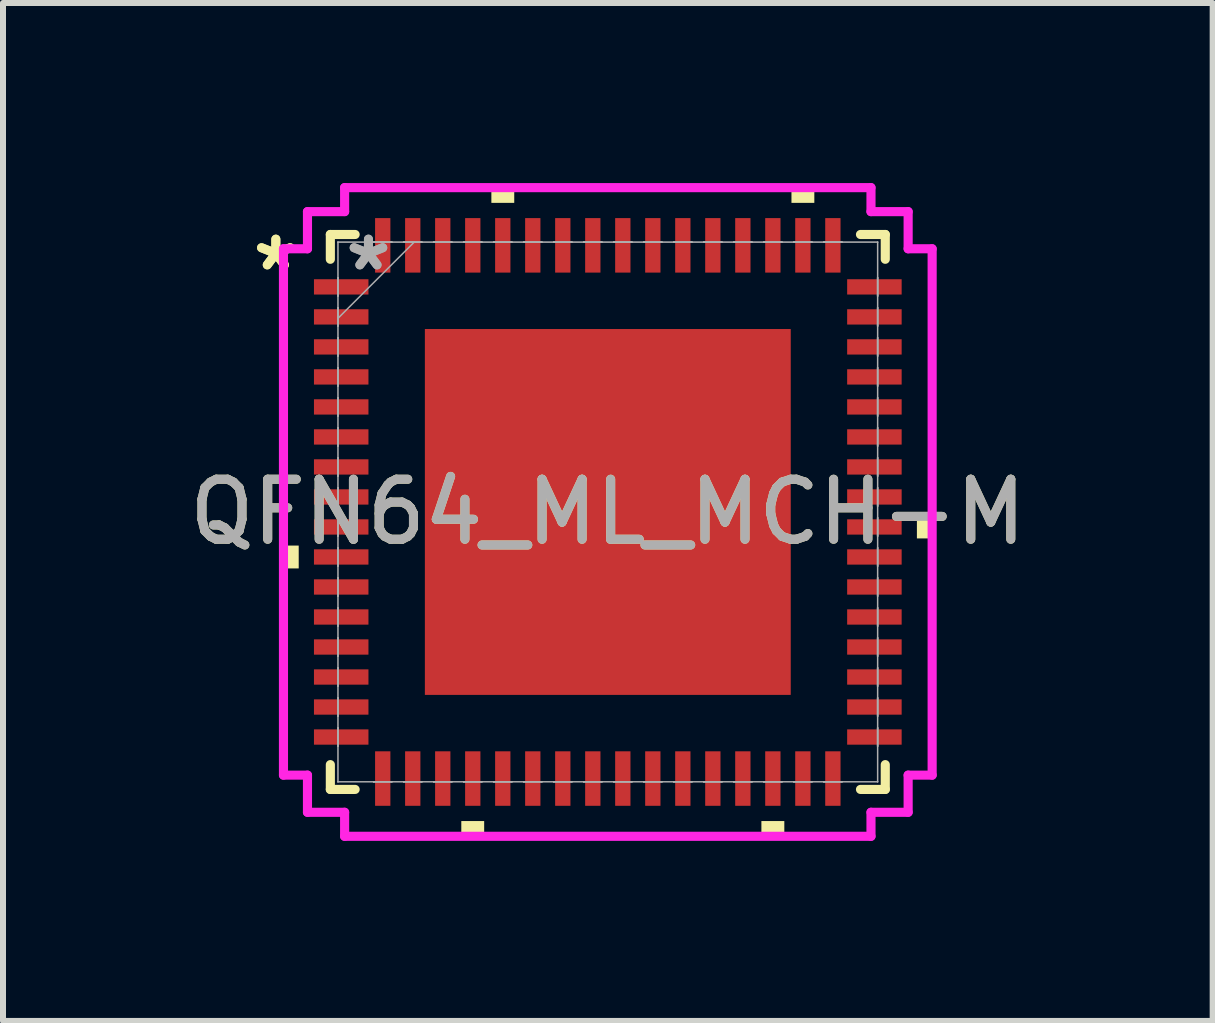
<source format=kicad_pcb>
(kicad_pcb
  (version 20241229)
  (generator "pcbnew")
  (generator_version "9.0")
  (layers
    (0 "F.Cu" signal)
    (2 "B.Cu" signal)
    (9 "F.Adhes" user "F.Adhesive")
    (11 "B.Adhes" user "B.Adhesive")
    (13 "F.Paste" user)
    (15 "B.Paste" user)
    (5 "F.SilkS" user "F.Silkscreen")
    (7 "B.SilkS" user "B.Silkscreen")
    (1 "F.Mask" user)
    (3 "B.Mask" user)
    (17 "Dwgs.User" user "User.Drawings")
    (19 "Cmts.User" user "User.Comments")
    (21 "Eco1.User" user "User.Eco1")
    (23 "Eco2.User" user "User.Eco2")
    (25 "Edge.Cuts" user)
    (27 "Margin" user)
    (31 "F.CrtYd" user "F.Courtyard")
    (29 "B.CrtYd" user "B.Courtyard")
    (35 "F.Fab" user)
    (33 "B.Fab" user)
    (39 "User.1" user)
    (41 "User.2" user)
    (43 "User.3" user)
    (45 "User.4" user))
  (footprint "QFN64_ML_MCH-M"
    (layer "F.Cu")
    (at 7.077 5.48)
    (property "Reference" "QFN64_ML_MCH-M" (at 0 0 0) (unlocked yes) (layer "F.SilkS") (effects (font (size 1 1) (thickness 0.15))))
    (attr smd)
    (fp_line (start -4.623 -4.623) (end -4.623 -4.21) (stroke (width 0.152) (type solid)) (layer "F.SilkS"))
    (fp_line (start -4.623 4.21) (end -4.623 4.623) (stroke (width 0.152) (type solid)) (layer "F.SilkS"))
    (fp_line (start -4.623 4.623) (end -4.21 4.623) (stroke (width 0.152) (type solid)) (layer "F.SilkS"))
    (fp_line (start -4.21 -4.623) (end -4.623 -4.623) (stroke (width 0.152) (type solid)) (layer "F.SilkS"))
    (fp_line (start 4.21 4.623) (end 4.623 4.623) (stroke (width 0.152) (type solid)) (layer "F.SilkS"))
    (fp_line (start 4.623 -4.623) (end 4.21 -4.623) (stroke (width 0.152) (type solid)) (layer "F.SilkS"))
    (fp_line (start 4.623 -4.21) (end 4.623 -4.623) (stroke (width 0.152) (type solid)) (layer "F.SilkS"))
    (fp_line (start 4.623 4.623) (end 4.623 4.21) (stroke (width 0.152) (type solid)) (layer "F.SilkS"))
    (fp_poly (pts (xy -5.404 0.56) (xy -5.404 0.941) (xy -5.15 0.941) (xy -5.15 0.56)) (stroke (width 0) (type solid)) (fill yes) (layer "F.SilkS"))
    (fp_poly (pts (xy -2.441 5.15) (xy -2.441 5.404) (xy -2.06 5.404) (xy -2.06 5.15)) (stroke (width 0) (type solid)) (fill yes) (layer "F.SilkS"))
    (fp_poly (pts (xy -1.94 -5.15) (xy -1.94 -5.404) (xy -1.559 -5.404) (xy -1.559 -5.15)) (stroke (width 0) (type solid)) (fill yes) (layer "F.SilkS"))
    (fp_poly (pts (xy 2.559 5.15) (xy 2.559 5.404) (xy 2.941 5.404) (xy 2.941 5.15)) (stroke (width 0) (type solid)) (fill yes) (layer "F.SilkS"))
    (fp_poly (pts (xy 3.06 -5.15) (xy 3.06 -5.404) (xy 3.441 -5.404) (xy 3.441 -5.15)) (stroke (width 0) (type solid)) (fill yes) (layer "F.SilkS"))
    (fp_poly (pts (xy 5.404 0.059) (xy 5.404 0.441) (xy 5.15 0.441) (xy 5.15 0.059)) (stroke (width 0) (type solid)) (fill yes) (layer "F.SilkS"))
    (fp_poly (pts (xy -2.948 -2.948) (xy -2.948 -1.624) (xy -1.624 -1.624) (xy -1.624 -2.948)) (stroke (width 0) (type solid)) (fill yes) (layer "F.Paste"))
    (fp_poly (pts (xy -2.948 -1.424) (xy -2.948 -0.1) (xy -1.624 -0.1) (xy -1.624 -1.424)) (stroke (width 0) (type solid)) (fill yes) (layer "F.Paste"))
    (fp_poly (pts (xy -2.948 0.1) (xy -2.948 1.424) (xy -1.624 1.424) (xy -1.624 0.1)) (stroke (width 0) (type solid)) (fill yes) (layer "F.Paste"))
    (fp_poly (pts (xy -2.948 1.624) (xy -2.948 2.948) (xy -1.624 2.948) (xy -1.624 1.624)) (stroke (width 0) (type solid)) (fill yes) (layer "F.Paste"))
    (fp_poly (pts (xy -1.424 -2.948) (xy -1.424 -1.624) (xy -0.1 -1.624) (xy -0.1 -2.948)) (stroke (width 0) (type solid)) (fill yes) (layer "F.Paste"))
    (fp_poly (pts (xy -1.424 -1.424) (xy -1.424 -0.1) (xy -0.1 -0.1) (xy -0.1 -1.424)) (stroke (width 0) (type solid)) (fill yes) (layer "F.Paste"))
    (fp_poly (pts (xy -1.424 0.1) (xy -1.424 1.424) (xy -0.1 1.424) (xy -0.1 0.1)) (stroke (width 0) (type solid)) (fill yes) (layer "F.Paste"))
    (fp_poly (pts (xy -1.424 1.624) (xy -1.424 2.948) (xy -0.1 2.948) (xy -0.1 1.624)) (stroke (width 0) (type solid)) (fill yes) (layer "F.Paste"))
    (fp_poly (pts (xy 0.1 -2.948) (xy 0.1 -1.624) (xy 1.424 -1.624) (xy 1.424 -2.948)) (stroke (width 0) (type solid)) (fill yes) (layer "F.Paste"))
    (fp_poly (pts (xy 0.1 -1.424) (xy 0.1 -0.1) (xy 1.424 -0.1) (xy 1.424 -1.424)) (stroke (width 0) (type solid)) (fill yes) (layer "F.Paste"))
    (fp_poly (pts (xy 0.1 0.1) (xy 0.1 1.424) (xy 1.424 1.424) (xy 1.424 0.1)) (stroke (width 0) (type solid)) (fill yes) (layer "F.Paste"))
    (fp_poly (pts (xy 0.1 1.624) (xy 0.1 2.948) (xy 1.424 2.948) (xy 1.424 1.624)) (stroke (width 0) (type solid)) (fill yes) (layer "F.Paste"))
    (fp_poly (pts (xy 1.624 -2.948) (xy 1.624 -1.624) (xy 2.948 -1.624) (xy 2.948 -2.948)) (stroke (width 0) (type solid)) (fill yes) (layer "F.Paste"))
    (fp_poly (pts (xy 1.624 -1.424) (xy 1.624 -0.1) (xy 2.948 -0.1) (xy 2.948 -1.424)) (stroke (width 0) (type solid)) (fill yes) (layer "F.Paste"))
    (fp_poly (pts (xy 1.624 0.1) (xy 1.624 1.424) (xy 2.948 1.424) (xy 2.948 0.1)) (stroke (width 0) (type solid)) (fill yes) (layer "F.Paste"))
    (fp_poly (pts (xy 1.624 1.624) (xy 1.624 2.948) (xy 2.948 2.948) (xy 2.948 1.624)) (stroke (width 0) (type solid)) (fill yes) (layer "F.Paste"))
    (fp_line (start -5.404 -4.385) (end -5.004 -4.385) (stroke (width 0.152) (type solid)) (layer "F.CrtYd"))
    (fp_line (start -5.404 4.385) (end -5.404 -4.385) (stroke (width 0.152) (type solid)) (layer "F.CrtYd"))
    (fp_line (start -5.004 -5.004) (end -4.385 -5.004) (stroke (width 0.152) (type solid)) (layer "F.CrtYd"))
    (fp_line (start -5.004 -4.385) (end -5.004 -5.004) (stroke (width 0.152) (type solid)) (layer "F.CrtYd"))
    (fp_line (start -5.004 4.385) (end -5.404 4.385) (stroke (width 0.152) (type solid)) (layer "F.CrtYd"))
    (fp_line (start -5.004 5.004) (end -5.004 4.385) (stroke (width 0.152) (type solid)) (layer "F.CrtYd"))
    (fp_line (start -4.385 -5.404) (end 4.385 -5.404) (stroke (width 0.152) (type solid)) (layer "F.CrtYd"))
    (fp_line (start -4.385 -5.004) (end -4.385 -5.404) (stroke (width 0.152) (type solid)) (layer "F.CrtYd"))
    (fp_line (start -4.385 5.004) (end -5.004 5.004) (stroke (width 0.152) (type solid)) (layer "F.CrtYd"))
    (fp_line (start -4.385 5.404) (end -4.385 5.004) (stroke (width 0.152) (type solid)) (layer "F.CrtYd"))
    (fp_line (start 4.385 -5.404) (end 4.385 -5.004) (stroke (width 0.152) (type solid)) (layer "F.CrtYd"))
    (fp_line (start 4.385 -5.004) (end 5.004 -5.004) (stroke (width 0.152) (type solid)) (layer "F.CrtYd"))
    (fp_line (start 4.385 5.004) (end 4.385 5.404) (stroke (width 0.152) (type solid)) (layer "F.CrtYd"))
    (fp_line (start 4.385 5.404) (end -4.385 5.404) (stroke (width 0.152) (type solid)) (layer "F.CrtYd"))
    (fp_line (start 5.004 -5.004) (end 5.004 -4.385) (stroke (width 0.152) (type solid)) (layer "F.CrtYd"))
    (fp_line (start 5.004 -4.385) (end 5.404 -4.385) (stroke (width 0.152) (type solid)) (layer "F.CrtYd"))
    (fp_line (start 5.004 4.385) (end 5.004 5.004) (stroke (width 0.152) (type solid)) (layer "F.CrtYd"))
    (fp_line (start 5.004 5.004) (end 4.385 5.004) (stroke (width 0.152) (type solid)) (layer "F.CrtYd"))
    (fp_line (start 5.404 -4.385) (end 5.404 4.385) (stroke (width 0.152) (type solid)) (layer "F.CrtYd"))
    (fp_line (start 5.404 4.385) (end 5.004 4.385) (stroke (width 0.152) (type solid)) (layer "F.CrtYd"))
    (fp_line (start -4.496 -4.496) (end -4.496 -4.496) (stroke (width 0.025) (type solid)) (layer "F.Fab"))
    (fp_line (start -4.496 -4.496) (end -4.496 4.496) (stroke (width 0.025) (type solid)) (layer "F.Fab"))
    (fp_line (start -4.496 -3.902) (end -4.496 -3.902) (stroke (width 0.025) (type solid)) (layer "F.Fab"))
    (fp_line (start -4.496 -3.902) (end -4.496 -3.598) (stroke (width 0.025) (type solid)) (layer "F.Fab"))
    (fp_line (start -4.496 -3.598) (end -4.496 -3.902) (stroke (width 0.025) (type solid)) (layer "F.Fab"))
    (fp_line (start -4.496 -3.598) (end -4.496 -3.598) (stroke (width 0.025) (type solid)) (layer "F.Fab"))
    (fp_line (start -4.496 -3.402) (end -4.496 -3.402) (stroke (width 0.025) (type solid)) (layer "F.Fab"))
    (fp_line (start -4.496 -3.402) (end -4.496 -3.098) (stroke (width 0.025) (type solid)) (layer "F.Fab"))
    (fp_line (start -4.496 -3.226) (end -3.226 -4.496) (stroke (width 0.025) (type solid)) (layer "F.Fab"))
    (fp_line (start -4.496 -3.098) (end -4.496 -3.402) (stroke (width 0.025) (type solid)) (layer "F.Fab"))
    (fp_line (start -4.496 -3.098) (end -4.496 -3.098) (stroke (width 0.025) (type solid)) (layer "F.Fab"))
    (fp_line (start -4.496 -2.902) (end -4.496 -2.902) (stroke (width 0.025) (type solid)) (layer "F.Fab"))
    (fp_line (start -4.496 -2.902) (end -4.496 -2.598) (stroke (width 0.025) (type solid)) (layer "F.Fab"))
    (fp_line (start -4.496 -2.598) (end -4.496 -2.902) (stroke (width 0.025) (type solid)) (layer "F.Fab"))
    (fp_line (start -4.496 -2.598) (end -4.496 -2.598) (stroke (width 0.025) (type solid)) (layer "F.Fab"))
    (fp_line (start -4.496 -2.402) (end -4.496 -2.402) (stroke (width 0.025) (type solid)) (layer "F.Fab"))
    (fp_line (start -4.496 -2.402) (end -4.496 -2.098) (stroke (width 0.025) (type solid)) (layer "F.Fab"))
    (fp_line (start -4.496 -2.098) (end -4.496 -2.402) (stroke (width 0.025) (type solid)) (layer "F.Fab"))
    (fp_line (start -4.496 -2.098) (end -4.496 -2.098) (stroke (width 0.025) (type solid)) (layer "F.Fab"))
    (fp_line (start -4.496 -1.902) (end -4.496 -1.902) (stroke (width 0.025) (type solid)) (layer "F.Fab"))
    (fp_line (start -4.496 -1.902) (end -4.496 -1.598) (stroke (width 0.025) (type solid)) (layer "F.Fab"))
    (fp_line (start -4.496 -1.598) (end -4.496 -1.902) (stroke (width 0.025) (type solid)) (layer "F.Fab"))
    (fp_line (start -4.496 -1.598) (end -4.496 -1.598) (stroke (width 0.025) (type solid)) (layer "F.Fab"))
    (fp_line (start -4.496 -1.402) (end -4.496 -1.402) (stroke (width 0.025) (type solid)) (layer "F.Fab"))
    (fp_line (start -4.496 -1.402) (end -4.496 -1.098) (stroke (width 0.025) (type solid)) (layer "F.Fab"))
    (fp_line (start -4.496 -1.098) (end -4.496 -1.402) (stroke (width 0.025) (type solid)) (layer "F.Fab"))
    (fp_line (start -4.496 -1.098) (end -4.496 -1.098) (stroke (width 0.025) (type solid)) (layer "F.Fab"))
    (fp_line (start -4.496 -0.902) (end -4.496 -0.902) (stroke (width 0.025) (type solid)) (layer "F.Fab"))
    (fp_line (start -4.496 -0.902) (end -4.496 -0.598) (stroke (width 0.025) (type solid)) (layer "F.Fab"))
    (fp_line (start -4.496 -0.598) (end -4.496 -0.902) (stroke (width 0.025) (type solid)) (layer "F.Fab"))
    (fp_line (start -4.496 -0.598) (end -4.496 -0.598) (stroke (width 0.025) (type solid)) (layer "F.Fab"))
    (fp_line (start -4.496 -0.402) (end -4.496 -0.402) (stroke (width 0.025) (type solid)) (layer "F.Fab"))
    (fp_line (start -4.496 -0.402) (end -4.496 -0.098) (stroke (width 0.025) (type solid)) (layer "F.Fab"))
    (fp_line (start -4.496 -0.098) (end -4.496 -0.402) (stroke (width 0.025) (type solid)) (layer "F.Fab"))
    (fp_line (start -4.496 -0.098) (end -4.496 -0.098) (stroke (width 0.025) (type solid)) (layer "F.Fab"))
    (fp_line (start -4.496 0.098) (end -4.496 0.098) (stroke (width 0.025) (type solid)) (layer "F.Fab"))
    (fp_line (start -4.496 0.098) (end -4.496 0.402) (stroke (width 0.025) (type solid)) (layer "F.Fab"))
    (fp_line (start -4.496 0.402) (end -4.496 0.098) (stroke (width 0.025) (type solid)) (layer "F.Fab"))
    (fp_line (start -4.496 0.402) (end -4.496 0.402) (stroke (width 0.025) (type solid)) (layer "F.Fab"))
    (fp_line (start -4.496 0.598) (end -4.496 0.598) (stroke (width 0.025) (type solid)) (layer "F.Fab"))
    (fp_line (start -4.496 0.598) (end -4.496 0.902) (stroke (width 0.025) (type solid)) (layer "F.Fab"))
    (fp_line (start -4.496 0.902) (end -4.496 0.598) (stroke (width 0.025) (type solid)) (layer "F.Fab"))
    (fp_line (start -4.496 0.902) (end -4.496 0.902) (stroke (width 0.025) (type solid)) (layer "F.Fab"))
    (fp_line (start -4.496 1.098) (end -4.496 1.098) (stroke (width 0.025) (type solid)) (layer "F.Fab"))
    (fp_line (start -4.496 1.098) (end -4.496 1.402) (stroke (width 0.025) (type solid)) (layer "F.Fab"))
    (fp_line (start -4.496 1.402) (end -4.496 1.098) (stroke (width 0.025) (type solid)) (layer "F.Fab"))
    (fp_line (start -4.496 1.402) (end -4.496 1.402) (stroke (width 0.025) (type solid)) (layer "F.Fab"))
    (fp_line (start -4.496 1.598) (end -4.496 1.598) (stroke (width 0.025) (type solid)) (layer "F.Fab"))
    (fp_line (start -4.496 1.598) (end -4.496 1.902) (stroke (width 0.025) (type solid)) (layer "F.Fab"))
    (fp_line (start -4.496 1.902) (end -4.496 1.598) (stroke (width 0.025) (type solid)) (layer "F.Fab"))
    (fp_line (start -4.496 1.902) (end -4.496 1.902) (stroke (width 0.025) (type solid)) (layer "F.Fab"))
    (fp_line (start -4.496 2.098) (end -4.496 2.098) (stroke (width 0.025) (type solid)) (layer "F.Fab"))
    (fp_line (start -4.496 2.098) (end -4.496 2.402) (stroke (width 0.025) (type solid)) (layer "F.Fab"))
    (fp_line (start -4.496 2.402) (end -4.496 2.098) (stroke (width 0.025) (type solid)) (layer "F.Fab"))
    (fp_line (start -4.496 2.402) (end -4.496 2.402) (stroke (width 0.025) (type solid)) (layer "F.Fab"))
    (fp_line (start -4.496 2.598) (end -4.496 2.598) (stroke (width 0.025) (type solid)) (layer "F.Fab"))
    (fp_line (start -4.496 2.598) (end -4.496 2.902) (stroke (width 0.025) (type solid)) (layer "F.Fab"))
    (fp_line (start -4.496 2.902) (end -4.496 2.598) (stroke (width 0.025) (type solid)) (layer "F.Fab"))
    (fp_line (start -4.496 2.902) (end -4.496 2.902) (stroke (width 0.025) (type solid)) (layer "F.Fab"))
    (fp_line (start -4.496 3.098) (end -4.496 3.098) (stroke (width 0.025) (type solid)) (layer "F.Fab"))
    (fp_line (start -4.496 3.098) (end -4.496 3.402) (stroke (width 0.025) (type solid)) (layer "F.Fab"))
    (fp_line (start -4.496 3.402) (end -4.496 3.098) (stroke (width 0.025) (type solid)) (layer "F.Fab"))
    (fp_line (start -4.496 3.402) (end -4.496 3.402) (stroke (width 0.025) (type solid)) (layer "F.Fab"))
    (fp_line (start -4.496 3.598) (end -4.496 3.598) (stroke (width 0.025) (type solid)) (layer "F.Fab"))
    (fp_line (start -4.496 3.598) (end -4.496 3.902) (stroke (width 0.025) (type solid)) (layer "F.Fab"))
    (fp_line (start -4.496 3.902) (end -4.496 3.598) (stroke (width 0.025) (type solid)) (layer "F.Fab"))
    (fp_line (start -4.496 3.902) (end -4.496 3.902) (stroke (width 0.025) (type solid)) (layer "F.Fab"))
    (fp_line (start -4.496 4.496) (end -4.496 4.496) (stroke (width 0.025) (type solid)) (layer "F.Fab"))
    (fp_line (start -4.496 4.496) (end 4.496 4.496) (stroke (width 0.025) (type solid)) (layer "F.Fab"))
    (fp_line (start -3.902 -4.496) (end -3.902 -4.496) (stroke (width 0.025) (type solid)) (layer "F.Fab"))
    (fp_line (start -3.902 -4.496) (end -3.598 -4.496) (stroke (width 0.025) (type solid)) (layer "F.Fab"))
    (fp_line (start -3.902 4.496) (end -3.902 4.496) (stroke (width 0.025) (type solid)) (layer "F.Fab"))
    (fp_line (start -3.902 4.496) (end -3.598 4.496) (stroke (width 0.025) (type solid)) (layer "F.Fab"))
    (fp_line (start -3.598 -4.496) (end -3.902 -4.496) (stroke (width 0.025) (type solid)) (layer "F.Fab"))
    (fp_line (start -3.598 -4.496) (end -3.598 -4.496) (stroke (width 0.025) (type solid)) (layer "F.Fab"))
    (fp_line (start -3.598 4.496) (end -3.902 4.496) (stroke (width 0.025) (type solid)) (layer "F.Fab"))
    (fp_line (start -3.598 4.496) (end -3.598 4.496) (stroke (width 0.025) (type solid)) (layer "F.Fab"))
    (fp_line (start -3.402 -4.496) (end -3.402 -4.496) (stroke (width 0.025) (type solid)) (layer "F.Fab"))
    (fp_line (start -3.402 -4.496) (end -3.098 -4.496) (stroke (width 0.025) (type solid)) (layer "F.Fab"))
    (fp_line (start -3.402 4.496) (end -3.402 4.496) (stroke (width 0.025) (type solid)) (layer "F.Fab"))
    (fp_line (start -3.402 4.496) (end -3.098 4.496) (stroke (width 0.025) (type solid)) (layer "F.Fab"))
    (fp_line (start -3.098 -4.496) (end -3.402 -4.496) (stroke (width 0.025) (type solid)) (layer "F.Fab"))
    (fp_line (start -3.098 -4.496) (end -3.098 -4.496) (stroke (width 0.025) (type solid)) (layer "F.Fab"))
    (fp_line (start -3.098 4.496) (end -3.402 4.496) (stroke (width 0.025) (type solid)) (layer "F.Fab"))
    (fp_line (start -3.098 4.496) (end -3.098 4.496) (stroke (width 0.025) (type solid)) (layer "F.Fab"))
    (fp_line (start -2.902 -4.496) (end -2.902 -4.496) (stroke (width 0.025) (type solid)) (layer "F.Fab"))
    (fp_line (start -2.902 -4.496) (end -2.598 -4.496) (stroke (width 0.025) (type solid)) (layer "F.Fab"))
    (fp_line (start -2.902 4.496) (end -2.902 4.496) (stroke (width 0.025) (type solid)) (layer "F.Fab"))
    (fp_line (start -2.902 4.496) (end -2.598 4.496) (stroke (width 0.025) (type solid)) (layer "F.Fab"))
    (fp_line (start -2.598 -4.496) (end -2.902 -4.496) (stroke (width 0.025) (type solid)) (layer "F.Fab"))
    (fp_line (start -2.598 -4.496) (end -2.598 -4.496) (stroke (width 0.025) (type solid)) (layer "F.Fab"))
    (fp_line (start -2.598 4.496) (end -2.902 4.496) (stroke (width 0.025) (type solid)) (layer "F.Fab"))
    (fp_line (start -2.598 4.496) (end -2.598 4.496) (stroke (width 0.025) (type solid)) (layer "F.Fab"))
    (fp_line (start -2.402 -4.496) (end -2.402 -4.496) (stroke (width 0.025) (type solid)) (layer "F.Fab"))
    (fp_line (start -2.402 -4.496) (end -2.098 -4.496) (stroke (width 0.025) (type solid)) (layer "F.Fab"))
    (fp_line (start -2.402 4.496) (end -2.402 4.496) (stroke (width 0.025) (type solid)) (layer "F.Fab"))
    (fp_line (start -2.402 4.496) (end -2.098 4.496) (stroke (width 0.025) (type solid)) (layer "F.Fab"))
    (fp_line (start -2.098 -4.496) (end -2.402 -4.496) (stroke (width 0.025) (type solid)) (layer "F.Fab"))
    (fp_line (start -2.098 -4.496) (end -2.098 -4.496) (stroke (width 0.025) (type solid)) (layer "F.Fab"))
    (fp_line (start -2.098 4.496) (end -2.402 4.496) (stroke (width 0.025) (type solid)) (layer "F.Fab"))
    (fp_line (start -2.098 4.496) (end -2.098 4.496) (stroke (width 0.025) (type solid)) (layer "F.Fab"))
    (fp_line (start -1.902 -4.496) (end -1.902 -4.496) (stroke (width 0.025) (type solid)) (layer "F.Fab"))
    (fp_line (start -1.902 -4.496) (end -1.598 -4.496) (stroke (width 0.025) (type solid)) (layer "F.Fab"))
    (fp_line (start -1.902 4.496) (end -1.902 4.496) (stroke (width 0.025) (type solid)) (layer "F.Fab"))
    (fp_line (start -1.902 4.496) (end -1.598 4.496) (stroke (width 0.025) (type solid)) (layer "F.Fab"))
    (fp_line (start -1.598 -4.496) (end -1.902 -4.496) (stroke (width 0.025) (type solid)) (layer "F.Fab"))
    (fp_line (start -1.598 -4.496) (end -1.598 -4.496) (stroke (width 0.025) (type solid)) (layer "F.Fab"))
    (fp_line (start -1.598 4.496) (end -1.902 4.496) (stroke (width 0.025) (type solid)) (layer "F.Fab"))
    (fp_line (start -1.598 4.496) (end -1.598 4.496) (stroke (width 0.025) (type solid)) (layer "F.Fab"))
    (fp_line (start -1.402 -4.496) (end -1.402 -4.496) (stroke (width 0.025) (type solid)) (layer "F.Fab"))
    (fp_line (start -1.402 -4.496) (end -1.098 -4.496) (stroke (width 0.025) (type solid)) (layer "F.Fab"))
    (fp_line (start -1.402 4.496) (end -1.402 4.496) (stroke (width 0.025) (type solid)) (layer "F.Fab"))
    (fp_line (start -1.402 4.496) (end -1.098 4.496) (stroke (width 0.025) (type solid)) (layer "F.Fab"))
    (fp_line (start -1.098 -4.496) (end -1.402 -4.496) (stroke (width 0.025) (type solid)) (layer "F.Fab"))
    (fp_line (start -1.098 -4.496) (end -1.098 -4.496) (stroke (width 0.025) (type solid)) (layer "F.Fab"))
    (fp_line (start -1.098 4.496) (end -1.402 4.496) (stroke (width 0.025) (type solid)) (layer "F.Fab"))
    (fp_line (start -1.098 4.496) (end -1.098 4.496) (stroke (width 0.025) (type solid)) (layer "F.Fab"))
    (fp_line (start -0.902 -4.496) (end -0.902 -4.496) (stroke (width 0.025) (type solid)) (layer "F.Fab"))
    (fp_line (start -0.902 -4.496) (end -0.598 -4.496) (stroke (width 0.025) (type solid)) (layer "F.Fab"))
    (fp_line (start -0.902 4.496) (end -0.902 4.496) (stroke (width 0.025) (type solid)) (layer "F.Fab"))
    (fp_line (start -0.902 4.496) (end -0.598 4.496) (stroke (width 0.025) (type solid)) (layer "F.Fab"))
    (fp_line (start -0.598 -4.496) (end -0.902 -4.496) (stroke (width 0.025) (type solid)) (layer "F.Fab"))
    (fp_line (start -0.598 -4.496) (end -0.598 -4.496) (stroke (width 0.025) (type solid)) (layer "F.Fab"))
    (fp_line (start -0.598 4.496) (end -0.902 4.496) (stroke (width 0.025) (type solid)) (layer "F.Fab"))
    (fp_line (start -0.598 4.496) (end -0.598 4.496) (stroke (width 0.025) (type solid)) (layer "F.Fab"))
    (fp_line (start -0.402 -4.496) (end -0.402 -4.496) (stroke (width 0.025) (type solid)) (layer "F.Fab"))
    (fp_line (start -0.402 -4.496) (end -0.098 -4.496) (stroke (width 0.025) (type solid)) (layer "F.Fab"))
    (fp_line (start -0.402 4.496) (end -0.402 4.496) (stroke (width 0.025) (type solid)) (layer "F.Fab"))
    (fp_line (start -0.402 4.496) (end -0.098 4.496) (stroke (width 0.025) (type solid)) (layer "F.Fab"))
    (fp_line (start -0.098 -4.496) (end -0.402 -4.496) (stroke (width 0.025) (type solid)) (layer "F.Fab"))
    (fp_line (start -0.098 -4.496) (end -0.098 -4.496) (stroke (width 0.025) (type solid)) (layer "F.Fab"))
    (fp_line (start -0.098 4.496) (end -0.402 4.496) (stroke (width 0.025) (type solid)) (layer "F.Fab"))
    (fp_line (start -0.098 4.496) (end -0.098 4.496) (stroke (width 0.025) (type solid)) (layer "F.Fab"))
    (fp_line (start 0.098 -4.496) (end 0.098 -4.496) (stroke (width 0.025) (type solid)) (layer "F.Fab"))
    (fp_line (start 0.098 -4.496) (end 0.402 -4.496) (stroke (width 0.025) (type solid)) (layer "F.Fab"))
    (fp_line (start 0.098 4.496) (end 0.098 4.496) (stroke (width 0.025) (type solid)) (layer "F.Fab"))
    (fp_line (start 0.098 4.496) (end 0.402 4.496) (stroke (width 0.025) (type solid)) (layer "F.Fab"))
    (fp_line (start 0.402 -4.496) (end 0.098 -4.496) (stroke (width 0.025) (type solid)) (layer "F.Fab"))
    (fp_line (start 0.402 -4.496) (end 0.402 -4.496) (stroke (width 0.025) (type solid)) (layer "F.Fab"))
    (fp_line (start 0.402 4.496) (end 0.098 4.496) (stroke (width 0.025) (type solid)) (layer "F.Fab"))
    (fp_line (start 0.402 4.496) (end 0.402 4.496) (stroke (width 0.025) (type solid)) (layer "F.Fab"))
    (fp_line (start 0.598 -4.496) (end 0.598 -4.496) (stroke (width 0.025) (type solid)) (layer "F.Fab"))
    (fp_line (start 0.598 -4.496) (end 0.902 -4.496) (stroke (width 0.025) (type solid)) (layer "F.Fab"))
    (fp_line (start 0.598 4.496) (end 0.598 4.496) (stroke (width 0.025) (type solid)) (layer "F.Fab"))
    (fp_line (start 0.598 4.496) (end 0.902 4.496) (stroke (width 0.025) (type solid)) (layer "F.Fab"))
    (fp_line (start 0.902 -4.496) (end 0.598 -4.496) (stroke (width 0.025) (type solid)) (layer "F.Fab"))
    (fp_line (start 0.902 -4.496) (end 0.902 -4.496) (stroke (width 0.025) (type solid)) (layer "F.Fab"))
    (fp_line (start 0.902 4.496) (end 0.598 4.496) (stroke (width 0.025) (type solid)) (layer "F.Fab"))
    (fp_line (start 0.902 4.496) (end 0.902 4.496) (stroke (width 0.025) (type solid)) (layer "F.Fab"))
    (fp_line (start 1.098 -4.496) (end 1.098 -4.496) (stroke (width 0.025) (type solid)) (layer "F.Fab"))
    (fp_line (start 1.098 -4.496) (end 1.402 -4.496) (stroke (width 0.025) (type solid)) (layer "F.Fab"))
    (fp_line (start 1.098 4.496) (end 1.098 4.496) (stroke (width 0.025) (type solid)) (layer "F.Fab"))
    (fp_line (start 1.098 4.496) (end 1.402 4.496) (stroke (width 0.025) (type solid)) (layer "F.Fab"))
    (fp_line (start 1.402 -4.496) (end 1.098 -4.496) (stroke (width 0.025) (type solid)) (layer "F.Fab"))
    (fp_line (start 1.402 -4.496) (end 1.402 -4.496) (stroke (width 0.025) (type solid)) (layer "F.Fab"))
    (fp_line (start 1.402 4.496) (end 1.098 4.496) (stroke (width 0.025) (type solid)) (layer "F.Fab"))
    (fp_line (start 1.402 4.496) (end 1.402 4.496) (stroke (width 0.025) (type solid)) (layer "F.Fab"))
    (fp_line (start 1.598 -4.496) (end 1.598 -4.496) (stroke (width 0.025) (type solid)) (layer "F.Fab"))
    (fp_line (start 1.598 -4.496) (end 1.902 -4.496) (stroke (width 0.025) (type solid)) (layer "F.Fab"))
    (fp_line (start 1.598 4.496) (end 1.598 4.496) (stroke (width 0.025) (type solid)) (layer "F.Fab"))
    (fp_line (start 1.598 4.496) (end 1.902 4.496) (stroke (width 0.025) (type solid)) (layer "F.Fab"))
    (fp_line (start 1.902 -4.496) (end 1.598 -4.496) (stroke (width 0.025) (type solid)) (layer "F.Fab"))
    (fp_line (start 1.902 -4.496) (end 1.902 -4.496) (stroke (width 0.025) (type solid)) (layer "F.Fab"))
    (fp_line (start 1.902 4.496) (end 1.598 4.496) (stroke (width 0.025) (type solid)) (layer "F.Fab"))
    (fp_line (start 1.902 4.496) (end 1.902 4.496) (stroke (width 0.025) (type solid)) (layer "F.Fab"))
    (fp_line (start 2.098 -4.496) (end 2.098 -4.496) (stroke (width 0.025) (type solid)) (layer "F.Fab"))
    (fp_line (start 2.098 -4.496) (end 2.402 -4.496) (stroke (width 0.025) (type solid)) (layer "F.Fab"))
    (fp_line (start 2.098 4.496) (end 2.098 4.496) (stroke (width 0.025) (type solid)) (layer "F.Fab"))
    (fp_line (start 2.098 4.496) (end 2.402 4.496) (stroke (width 0.025) (type solid)) (layer "F.Fab"))
    (fp_line (start 2.402 -4.496) (end 2.098 -4.496) (stroke (width 0.025) (type solid)) (layer "F.Fab"))
    (fp_line (start 2.402 -4.496) (end 2.402 -4.496) (stroke (width 0.025) (type solid)) (layer "F.Fab"))
    (fp_line (start 2.402 4.496) (end 2.098 4.496) (stroke (width 0.025) (type solid)) (layer "F.Fab"))
    (fp_line (start 2.402 4.496) (end 2.402 4.496) (stroke (width 0.025) (type solid)) (layer "F.Fab"))
    (fp_line (start 2.598 -4.496) (end 2.598 -4.496) (stroke (width 0.025) (type solid)) (layer "F.Fab"))
    (fp_line (start 2.598 -4.496) (end 2.902 -4.496) (stroke (width 0.025) (type solid)) (layer "F.Fab"))
    (fp_line (start 2.598 4.496) (end 2.598 4.496) (stroke (width 0.025) (type solid)) (layer "F.Fab"))
    (fp_line (start 2.598 4.496) (end 2.902 4.496) (stroke (width 0.025) (type solid)) (layer "F.Fab"))
    (fp_line (start 2.902 -4.496) (end 2.598 -4.496) (stroke (width 0.025) (type solid)) (layer "F.Fab"))
    (fp_line (start 2.902 -4.496) (end 2.902 -4.496) (stroke (width 0.025) (type solid)) (layer "F.Fab"))
    (fp_line (start 2.902 4.496) (end 2.598 4.496) (stroke (width 0.025) (type solid)) (layer "F.Fab"))
    (fp_line (start 2.902 4.496) (end 2.902 4.496) (stroke (width 0.025) (type solid)) (layer "F.Fab"))
    (fp_line (start 3.098 -4.496) (end 3.098 -4.496) (stroke (width 0.025) (type solid)) (layer "F.Fab"))
    (fp_line (start 3.098 -4.496) (end 3.402 -4.496) (stroke (width 0.025) (type solid)) (layer "F.Fab"))
    (fp_line (start 3.098 4.496) (end 3.098 4.496) (stroke (width 0.025) (type solid)) (layer "F.Fab"))
    (fp_line (start 3.098 4.496) (end 3.402 4.496) (stroke (width 0.025) (type solid)) (layer "F.Fab"))
    (fp_line (start 3.402 -4.496) (end 3.098 -4.496) (stroke (width 0.025) (type solid)) (layer "F.Fab"))
    (fp_line (start 3.402 -4.496) (end 3.402 -4.496) (stroke (width 0.025) (type solid)) (layer "F.Fab"))
    (fp_line (start 3.402 4.496) (end 3.098 4.496) (stroke (width 0.025) (type solid)) (layer "F.Fab"))
    (fp_line (start 3.402 4.496) (end 3.402 4.496) (stroke (width 0.025) (type solid)) (layer "F.Fab"))
    (fp_line (start 3.598 -4.496) (end 3.598 -4.496) (stroke (width 0.025) (type solid)) (layer "F.Fab"))
    (fp_line (start 3.598 -4.496) (end 3.902 -4.496) (stroke (width 0.025) (type solid)) (layer "F.Fab"))
    (fp_line (start 3.598 4.496) (end 3.598 4.496) (stroke (width 0.025) (type solid)) (layer "F.Fab"))
    (fp_line (start 3.598 4.496) (end 3.902 4.496) (stroke (width 0.025) (type solid)) (layer "F.Fab"))
    (fp_line (start 3.902 -4.496) (end 3.598 -4.496) (stroke (width 0.025) (type solid)) (layer "F.Fab"))
    (fp_line (start 3.902 -4.496) (end 3.902 -4.496) (stroke (width 0.025) (type solid)) (layer "F.Fab"))
    (fp_line (start 3.902 4.496) (end 3.598 4.496) (stroke (width 0.025) (type solid)) (layer "F.Fab"))
    (fp_line (start 3.902 4.496) (end 3.902 4.496) (stroke (width 0.025) (type solid)) (layer "F.Fab"))
    (fp_line (start 4.496 -4.496) (end -4.496 -4.496) (stroke (width 0.025) (type solid)) (layer "F.Fab"))
    (fp_line (start 4.496 -4.496) (end 4.496 -4.496) (stroke (width 0.025) (type solid)) (layer "F.Fab"))
    (fp_line (start 4.496 -3.902) (end 4.496 -3.902) (stroke (width 0.025) (type solid)) (layer "F.Fab"))
    (fp_line (start 4.496 -3.902) (end 4.496 -3.598) (stroke (width 0.025) (type solid)) (layer "F.Fab"))
    (fp_line (start 4.496 -3.598) (end 4.496 -3.902) (stroke (width 0.025) (type solid)) (layer "F.Fab"))
    (fp_line (start 4.496 -3.598) (end 4.496 -3.598) (stroke (width 0.025) (type solid)) (layer "F.Fab"))
    (fp_line (start 4.496 -3.402) (end 4.496 -3.402) (stroke (width 0.025) (type solid)) (layer "F.Fab"))
    (fp_line (start 4.496 -3.402) (end 4.496 -3.098) (stroke (width 0.025) (type solid)) (layer "F.Fab"))
    (fp_line (start 4.496 -3.098) (end 4.496 -3.402) (stroke (width 0.025) (type solid)) (layer "F.Fab"))
    (fp_line (start 4.496 -3.098) (end 4.496 -3.098) (stroke (width 0.025) (type solid)) (layer "F.Fab"))
    (fp_line (start 4.496 -2.902) (end 4.496 -2.902) (stroke (width 0.025) (type solid)) (layer "F.Fab"))
    (fp_line (start 4.496 -2.902) (end 4.496 -2.598) (stroke (width 0.025) (type solid)) (layer "F.Fab"))
    (fp_line (start 4.496 -2.598) (end 4.496 -2.902) (stroke (width 0.025) (type solid)) (layer "F.Fab"))
    (fp_line (start 4.496 -2.598) (end 4.496 -2.598) (stroke (width 0.025) (type solid)) (layer "F.Fab"))
    (fp_line (start 4.496 -2.402) (end 4.496 -2.402) (stroke (width 0.025) (type solid)) (layer "F.Fab"))
    (fp_line (start 4.496 -2.402) (end 4.496 -2.098) (stroke (width 0.025) (type solid)) (layer "F.Fab"))
    (fp_line (start 4.496 -2.098) (end 4.496 -2.402) (stroke (width 0.025) (type solid)) (layer "F.Fab"))
    (fp_line (start 4.496 -2.098) (end 4.496 -2.098) (stroke (width 0.025) (type solid)) (layer "F.Fab"))
    (fp_line (start 4.496 -1.902) (end 4.496 -1.902) (stroke (width 0.025) (type solid)) (layer "F.Fab"))
    (fp_line (start 4.496 -1.902) (end 4.496 -1.598) (stroke (width 0.025) (type solid)) (layer "F.Fab"))
    (fp_line (start 4.496 -1.598) (end 4.496 -1.902) (stroke (width 0.025) (type solid)) (layer "F.Fab"))
    (fp_line (start 4.496 -1.598) (end 4.496 -1.598) (stroke (width 0.025) (type solid)) (layer "F.Fab"))
    (fp_line (start 4.496 -1.402) (end 4.496 -1.402) (stroke (width 0.025) (type solid)) (layer "F.Fab"))
    (fp_line (start 4.496 -1.402) (end 4.496 -1.098) (stroke (width 0.025) (type solid)) (layer "F.Fab"))
    (fp_line (start 4.496 -1.098) (end 4.496 -1.402) (stroke (width 0.025) (type solid)) (layer "F.Fab"))
    (fp_line (start 4.496 -1.098) (end 4.496 -1.098) (stroke (width 0.025) (type solid)) (layer "F.Fab"))
    (fp_line (start 4.496 -0.902) (end 4.496 -0.902) (stroke (width 0.025) (type solid)) (layer "F.Fab"))
    (fp_line (start 4.496 -0.902) (end 4.496 -0.598) (stroke (width 0.025) (type solid)) (layer "F.Fab"))
    (fp_line (start 4.496 -0.598) (end 4.496 -0.902) (stroke (width 0.025) (type solid)) (layer "F.Fab"))
    (fp_line (start 4.496 -0.598) (end 4.496 -0.598) (stroke (width 0.025) (type solid)) (layer "F.Fab"))
    (fp_line (start 4.496 -0.402) (end 4.496 -0.402) (stroke (width 0.025) (type solid)) (layer "F.Fab"))
    (fp_line (start 4.496 -0.402) (end 4.496 -0.098) (stroke (width 0.025) (type solid)) (layer "F.Fab"))
    (fp_line (start 4.496 -0.098) (end 4.496 -0.402) (stroke (width 0.025) (type solid)) (layer "F.Fab"))
    (fp_line (start 4.496 -0.098) (end 4.496 -0.098) (stroke (width 0.025) (type solid)) (layer "F.Fab"))
    (fp_line (start 4.496 0.098) (end 4.496 0.098) (stroke (width 0.025) (type solid)) (layer "F.Fab"))
    (fp_line (start 4.496 0.098) (end 4.496 0.402) (stroke (width 0.025) (type solid)) (layer "F.Fab"))
    (fp_line (start 4.496 0.402) (end 4.496 0.098) (stroke (width 0.025) (type solid)) (layer "F.Fab"))
    (fp_line (start 4.496 0.402) (end 4.496 0.402) (stroke (width 0.025) (type solid)) (layer "F.Fab"))
    (fp_line (start 4.496 0.598) (end 4.496 0.598) (stroke (width 0.025) (type solid)) (layer "F.Fab"))
    (fp_line (start 4.496 0.598) (end 4.496 0.902) (stroke (width 0.025) (type solid)) (layer "F.Fab"))
    (fp_line (start 4.496 0.902) (end 4.496 0.598) (stroke (width 0.025) (type solid)) (layer "F.Fab"))
    (fp_line (start 4.496 0.902) (end 4.496 0.902) (stroke (width 0.025) (type solid)) (layer "F.Fab"))
    (fp_line (start 4.496 1.098) (end 4.496 1.098) (stroke (width 0.025) (type solid)) (layer "F.Fab"))
    (fp_line (start 4.496 1.098) (end 4.496 1.402) (stroke (width 0.025) (type solid)) (layer "F.Fab"))
    (fp_line (start 4.496 1.402) (end 4.496 1.098) (stroke (width 0.025) (type solid)) (layer "F.Fab"))
    (fp_line (start 4.496 1.402) (end 4.496 1.402) (stroke (width 0.025) (type solid)) (layer "F.Fab"))
    (fp_line (start 4.496 1.598) (end 4.496 1.598) (stroke (width 0.025) (type solid)) (layer "F.Fab"))
    (fp_line (start 4.496 1.598) (end 4.496 1.902) (stroke (width 0.025) (type solid)) (layer "F.Fab"))
    (fp_line (start 4.496 1.902) (end 4.496 1.598) (stroke (width 0.025) (type solid)) (layer "F.Fab"))
    (fp_line (start 4.496 1.902) (end 4.496 1.902) (stroke (width 0.025) (type solid)) (layer "F.Fab"))
    (fp_line (start 4.496 2.098) (end 4.496 2.098) (stroke (width 0.025) (type solid)) (layer "F.Fab"))
    (fp_line (start 4.496 2.098) (end 4.496 2.402) (stroke (width 0.025) (type solid)) (layer "F.Fab"))
    (fp_line (start 4.496 2.402) (end 4.496 2.098) (stroke (width 0.025) (type solid)) (layer "F.Fab"))
    (fp_line (start 4.496 2.402) (end 4.496 2.402) (stroke (width 0.025) (type solid)) (layer "F.Fab"))
    (fp_line (start 4.496 2.598) (end 4.496 2.598) (stroke (width 0.025) (type solid)) (layer "F.Fab"))
    (fp_line (start 4.496 2.598) (end 4.496 2.902) (stroke (width 0.025) (type solid)) (layer "F.Fab"))
    (fp_line (start 4.496 2.902) (end 4.496 2.598) (stroke (width 0.025) (type solid)) (layer "F.Fab"))
    (fp_line (start 4.496 2.902) (end 4.496 2.902) (stroke (width 0.025) (type solid)) (layer "F.Fab"))
    (fp_line (start 4.496 3.098) (end 4.496 3.098) (stroke (width 0.025) (type solid)) (layer "F.Fab"))
    (fp_line (start 4.496 3.098) (end 4.496 3.402) (stroke (width 0.025) (type solid)) (layer "F.Fab"))
    (fp_line (start 4.496 3.402) (end 4.496 3.098) (stroke (width 0.025) (type solid)) (layer "F.Fab"))
    (fp_line (start 4.496 3.402) (end 4.496 3.402) (stroke (width 0.025) (type solid)) (layer "F.Fab"))
    (fp_line (start 4.496 3.598) (end 4.496 3.598) (stroke (width 0.025) (type solid)) (layer "F.Fab"))
    (fp_line (start 4.496 3.598) (end 4.496 3.902) (stroke (width 0.025) (type solid)) (layer "F.Fab"))
    (fp_line (start 4.496 3.902) (end 4.496 3.598) (stroke (width 0.025) (type solid)) (layer "F.Fab"))
    (fp_line (start 4.496 3.902) (end 4.496 3.902) (stroke (width 0.025) (type solid)) (layer "F.Fab"))
    (fp_line (start 4.496 4.496) (end 4.496 -4.496) (stroke (width 0.025) (type solid)) (layer "F.Fab"))
    (fp_line (start 4.496 4.496) (end 4.496 4.496) (stroke (width 0.025) (type solid)) (layer "F.Fab"))
    (fp_text user "*" (at -5.531 -4 0) (layer "F.SilkS") (effects (font (size 1 1) (thickness 0.15))))
    (fp_text user "*" (at -5.531 -4 0) (unlocked yes) (layer "F.SilkS") (effects (font (size 1 1) (thickness 0.15))))
    (fp_text user "*" (at -3.988 -4 0) (layer "F.Fab") (effects (font (size 1 1) (thickness 0.15))))
    (fp_text user "${REFERENCE}" (at 0 0 0) (unlocked yes) (layer "F.Fab") (effects (font (size 1 1) (thickness 0.15))))
    (fp_text user "*" (at -3.988 -4 0) (unlocked yes) (layer "F.Fab") (effects (font (size 1 1) (thickness 0.15))))
    (pad "1" smd rect (at -4.442 -3.75 90) (size 0.255 0.908) (layers "F.Cu" "F.Mask" "F.Paste"))
    (pad "2" smd rect (at -4.442 -3.25 90) (size 0.255 0.908) (layers "F.Cu" "F.Mask" "F.Paste"))
    (pad "3" smd rect (at -4.442 -2.75 90) (size 0.255 0.908) (layers "F.Cu" "F.Mask" "F.Paste"))
    (pad "4" smd rect (at -4.442 -2.25 90) (size 0.255 0.908) (layers "F.Cu" "F.Mask" "F.Paste"))
    (pad "5" smd rect (at -4.442 -1.75 90) (size 0.255 0.908) (layers "F.Cu" "F.Mask" "F.Paste"))
    (pad "6" smd rect (at -4.442 -1.25 90) (size 0.255 0.908) (layers "F.Cu" "F.Mask" "F.Paste"))
    (pad "7" smd rect (at -4.442 -0.75 90) (size 0.255 0.908) (layers "F.Cu" "F.Mask" "F.Paste"))
    (pad "8" smd rect (at -4.442 -0.25 90) (size 0.255 0.908) (layers "F.Cu" "F.Mask" "F.Paste"))
    (pad "9" smd rect (at -4.442 0.25 90) (size 0.255 0.908) (layers "F.Cu" "F.Mask" "F.Paste"))
    (pad "10" smd rect (at -4.442 0.75 90) (size 0.255 0.908) (layers "F.Cu" "F.Mask" "F.Paste"))
    (pad "11" smd rect (at -4.442 1.25 90) (size 0.255 0.908) (layers "F.Cu" "F.Mask" "F.Paste"))
    (pad "12" smd rect (at -4.442 1.75 90) (size 0.255 0.908) (layers "F.Cu" "F.Mask" "F.Paste"))
    (pad "13" smd rect (at -4.442 2.25 90) (size 0.255 0.908) (layers "F.Cu" "F.Mask" "F.Paste"))
    (pad "14" smd rect (at -4.442 2.75 90) (size 0.255 0.908) (layers "F.Cu" "F.Mask" "F.Paste"))
    (pad "15" smd rect (at -4.442 3.25 90) (size 0.255 0.908) (layers "F.Cu" "F.Mask" "F.Paste"))
    (pad "16" smd rect (at -4.442 3.75 90) (size 0.255 0.908) (layers "F.Cu" "F.Mask" "F.Paste"))
    (pad "17" smd rect (at -3.75 4.442) (size 0.255 0.908) (layers "F.Cu" "F.Mask" "F.Paste"))
    (pad "18" smd rect (at -3.25 4.442) (size 0.255 0.908) (layers "F.Cu" "F.Mask" "F.Paste"))
    (pad "19" smd rect (at -2.75 4.442) (size 0.255 0.908) (layers "F.Cu" "F.Mask" "F.Paste"))
    (pad "20" smd rect (at -2.25 4.442) (size 0.255 0.908) (layers "F.Cu" "F.Mask" "F.Paste"))
    (pad "21" smd rect (at -1.75 4.442) (size 0.255 0.908) (layers "F.Cu" "F.Mask" "F.Paste"))
    (pad "22" smd rect (at -1.25 4.442) (size 0.255 0.908) (layers "F.Cu" "F.Mask" "F.Paste"))
    (pad "23" smd rect (at -0.75 4.442) (size 0.255 0.908) (layers "F.Cu" "F.Mask" "F.Paste"))
    (pad "24" smd rect (at -0.25 4.442) (size 0.255 0.908) (layers "F.Cu" "F.Mask" "F.Paste"))
    (pad "25" smd rect (at 0.25 4.442) (size 0.255 0.908) (layers "F.Cu" "F.Mask" "F.Paste"))
    (pad "26" smd rect (at 0.75 4.442) (size 0.255 0.908) (layers "F.Cu" "F.Mask" "F.Paste"))
    (pad "27" smd rect (at 1.25 4.442) (size 0.255 0.908) (layers "F.Cu" "F.Mask" "F.Paste"))
    (pad "28" smd rect (at 1.75 4.442) (size 0.255 0.908) (layers "F.Cu" "F.Mask" "F.Paste"))
    (pad "29" smd rect (at 2.25 4.442) (size 0.255 0.908) (layers "F.Cu" "F.Mask" "F.Paste"))
    (pad "30" smd rect (at 2.75 4.442) (size 0.255 0.908) (layers "F.Cu" "F.Mask" "F.Paste"))
    (pad "31" smd rect (at 3.25 4.442) (size 0.255 0.908) (layers "F.Cu" "F.Mask" "F.Paste"))
    (pad "32" smd rect (at 3.75 4.442) (size 0.255 0.908) (layers "F.Cu" "F.Mask" "F.Paste"))
    (pad "33" smd rect (at 4.442 3.75 90) (size 0.255 0.908) (layers "F.Cu" "F.Mask" "F.Paste"))
    (pad "34" smd rect (at 4.442 3.25 90) (size 0.255 0.908) (layers "F.Cu" "F.Mask" "F.Paste"))
    (pad "35" smd rect (at 4.442 2.75 90) (size 0.255 0.908) (layers "F.Cu" "F.Mask" "F.Paste"))
    (pad "36" smd rect (at 4.442 2.25 90) (size 0.255 0.908) (layers "F.Cu" "F.Mask" "F.Paste"))
    (pad "37" smd rect (at 4.442 1.75 90) (size 0.255 0.908) (layers "F.Cu" "F.Mask" "F.Paste"))
    (pad "38" smd rect (at 4.442 1.25 90) (size 0.255 0.908) (layers "F.Cu" "F.Mask" "F.Paste"))
    (pad "39" smd rect (at 4.442 0.75 90) (size 0.255 0.908) (layers "F.Cu" "F.Mask" "F.Paste"))
    (pad "40" smd rect (at 4.442 0.25 90) (size 0.255 0.908) (layers "F.Cu" "F.Mask" "F.Paste"))
    (pad "41" smd rect (at 4.442 -0.25 90) (size 0.255 0.908) (layers "F.Cu" "F.Mask" "F.Paste"))
    (pad "42" smd rect (at 4.442 -0.75 90) (size 0.255 0.908) (layers "F.Cu" "F.Mask" "F.Paste"))
    (pad "43" smd rect (at 4.442 -1.25 90) (size 0.255 0.908) (layers "F.Cu" "F.Mask" "F.Paste"))
    (pad "44" smd rect (at 4.442 -1.75 90) (size 0.255 0.908) (layers "F.Cu" "F.Mask" "F.Paste"))
    (pad "45" smd rect (at 4.442 -2.25 90) (size 0.255 0.908) (layers "F.Cu" "F.Mask" "F.Paste"))
    (pad "46" smd rect (at 4.442 -2.75 90) (size 0.255 0.908) (layers "F.Cu" "F.Mask" "F.Paste"))
    (pad "47" smd rect (at 4.442 -3.25 90) (size 0.255 0.908) (layers "F.Cu" "F.Mask" "F.Paste"))
    (pad "48" smd rect (at 4.442 -3.75 90) (size 0.255 0.908) (layers "F.Cu" "F.Mask" "F.Paste"))
    (pad "49" smd rect (at 3.75 -4.442) (size 0.255 0.908) (layers "F.Cu" "F.Mask" "F.Paste"))
    (pad "50" smd rect (at 3.25 -4.442) (size 0.255 0.908) (layers "F.Cu" "F.Mask" "F.Paste"))
    (pad "51" smd rect (at 2.75 -4.442) (size 0.255 0.908) (layers "F.Cu" "F.Mask" "F.Paste"))
    (pad "52" smd rect (at 2.25 -4.442) (size 0.255 0.908) (layers "F.Cu" "F.Mask" "F.Paste"))
    (pad "53" smd rect (at 1.75 -4.442) (size 0.255 0.908) (layers "F.Cu" "F.Mask" "F.Paste"))
    (pad "54" smd rect (at 1.25 -4.442) (size 0.255 0.908) (layers "F.Cu" "F.Mask" "F.Paste"))
    (pad "55" smd rect (at 0.75 -4.442) (size 0.255 0.908) (layers "F.Cu" "F.Mask" "F.Paste"))
    (pad "56" smd rect (at 0.25 -4.442) (size 0.255 0.908) (layers "F.Cu" "F.Mask" "F.Paste"))
    (pad "57" smd rect (at -0.25 -4.442) (size 0.255 0.908) (layers "F.Cu" "F.Mask" "F.Paste"))
    (pad "58" smd rect (at -0.75 -4.442) (size 0.255 0.908) (layers "F.Cu" "F.Mask" "F.Paste"))
    (pad "59" smd rect (at -1.25 -4.442) (size 0.255 0.908) (layers "F.Cu" "F.Mask" "F.Paste"))
    (pad "60" smd rect (at -1.75 -4.442) (size 0.255 0.908) (layers "F.Cu" "F.Mask" "F.Paste"))
    (pad "61" smd rect (at -2.25 -4.442) (size 0.255 0.908) (layers "F.Cu" "F.Mask" "F.Paste"))
    (pad "62" smd rect (at -2.75 -4.442) (size 0.255 0.908) (layers "F.Cu" "F.Mask" "F.Paste"))
    (pad "63" smd rect (at -3.25 -4.442) (size 0.255 0.908) (layers "F.Cu" "F.Mask" "F.Paste"))
    (pad "64" smd rect (at -3.75 -4.442) (size 0.255 0.908) (layers "F.Cu" "F.Mask" "F.Paste"))
    (pad "65" smd rect (at 0 0) (size 6.096 6.096) (layers "F.Cu" "F.Mask")))
  (gr_rect
    (start -3 -3)
    (end 17.155 13.96)
    (stroke (width 0.1) (type default))
    (fill no)
    (layer "Edge.Cuts")))
</source>
